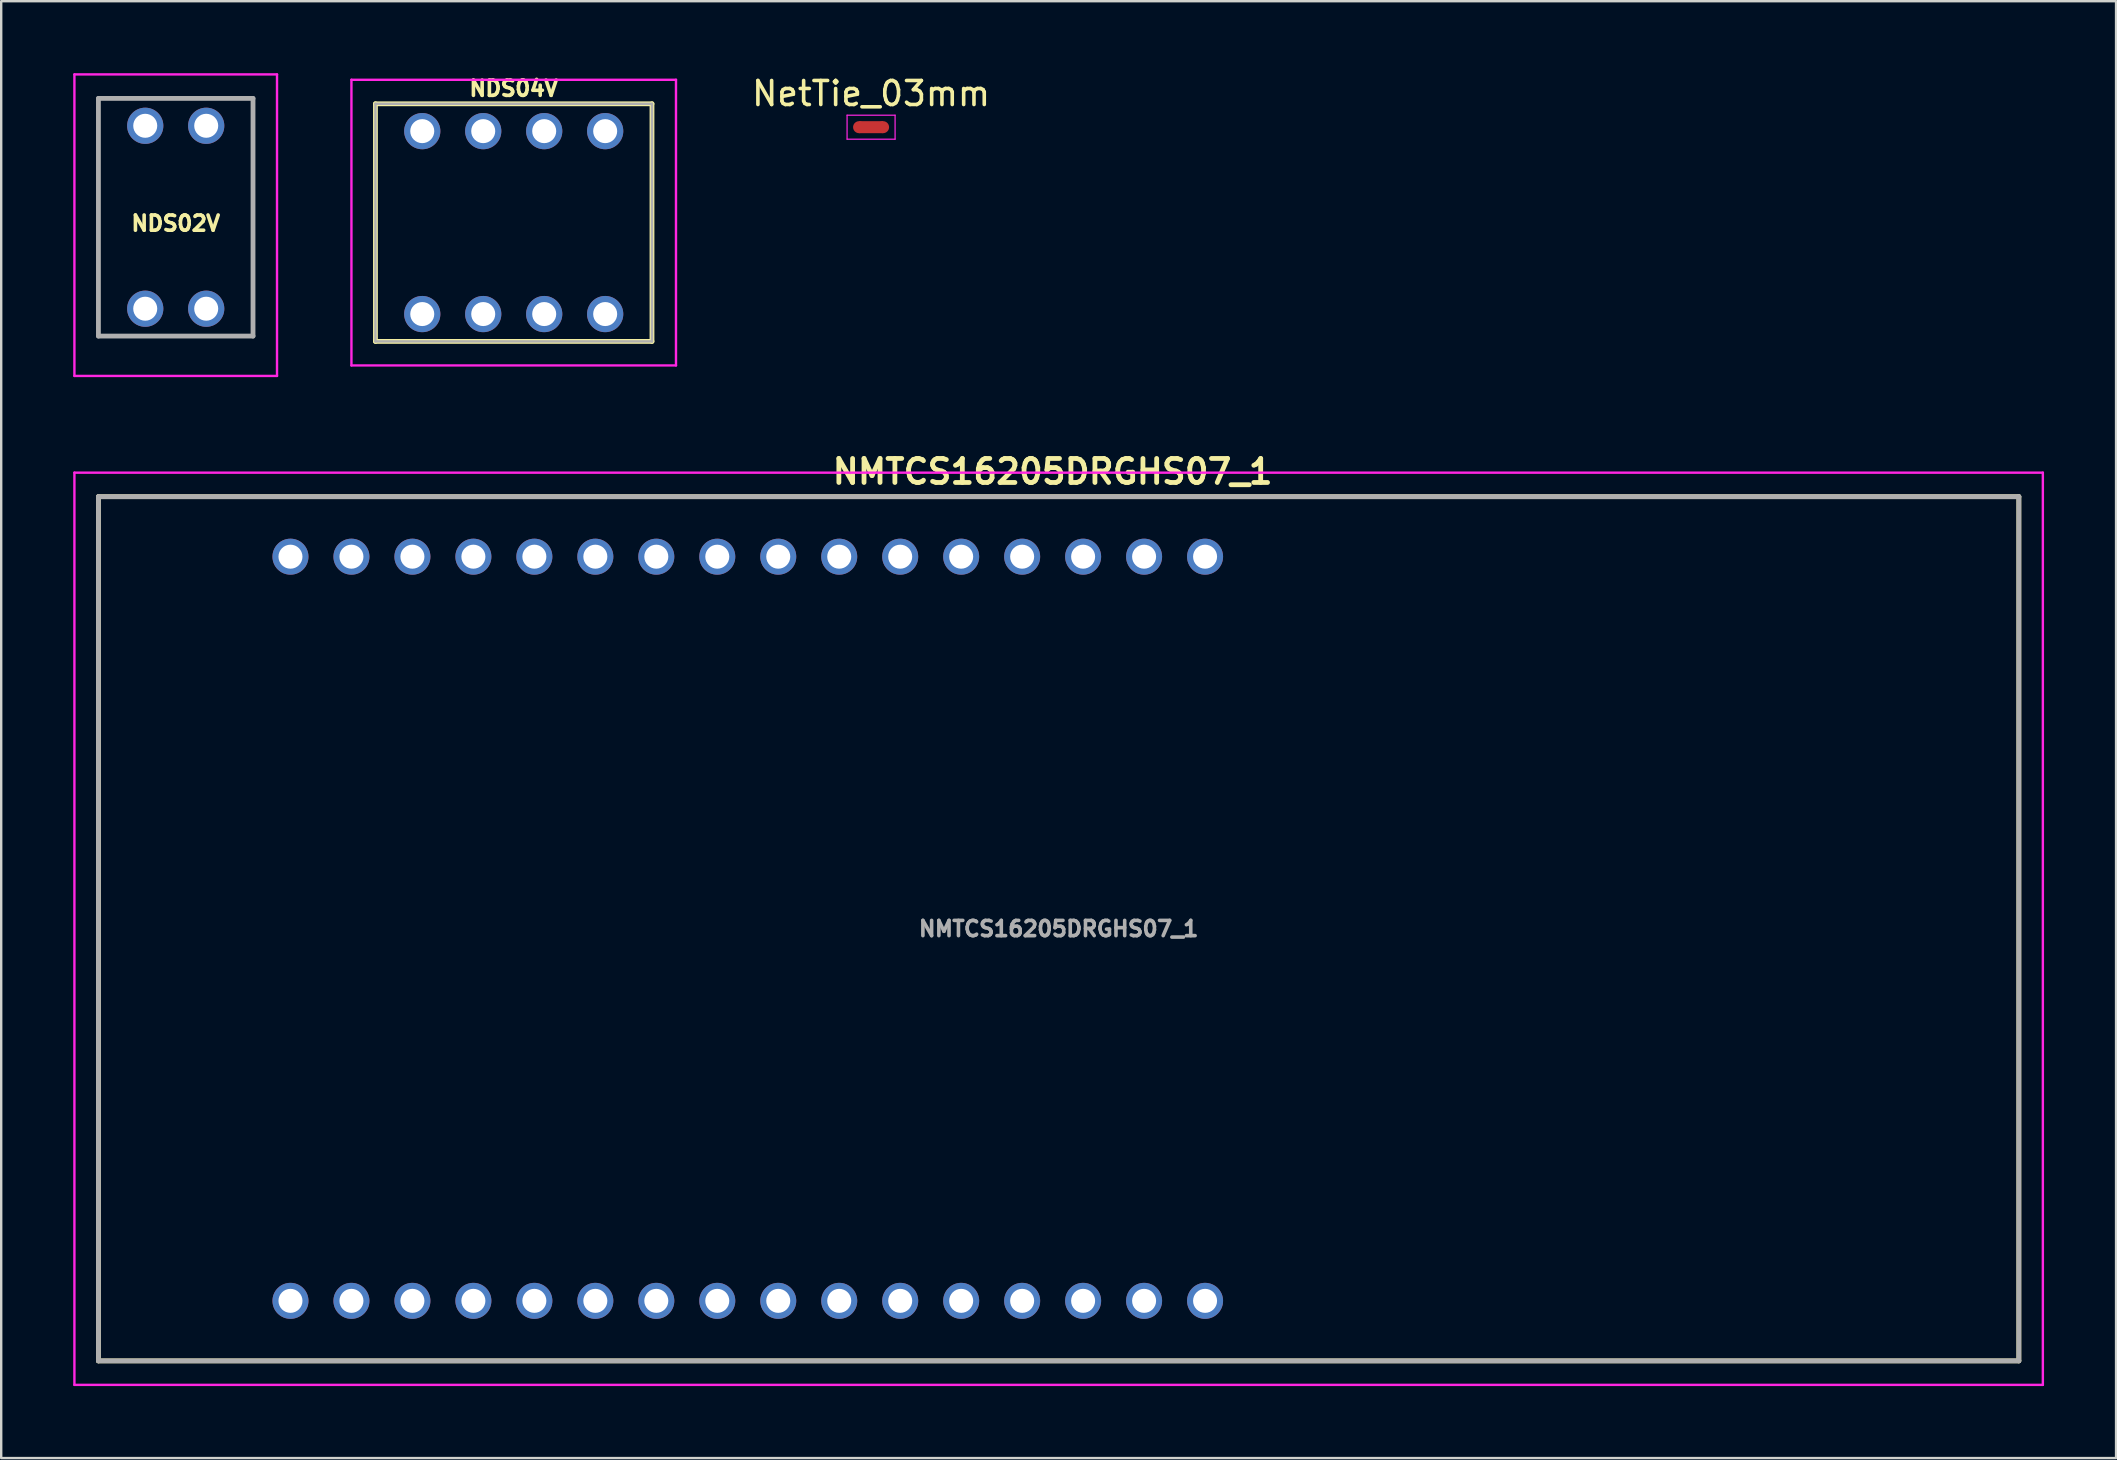
<source format=kicad_pcb>
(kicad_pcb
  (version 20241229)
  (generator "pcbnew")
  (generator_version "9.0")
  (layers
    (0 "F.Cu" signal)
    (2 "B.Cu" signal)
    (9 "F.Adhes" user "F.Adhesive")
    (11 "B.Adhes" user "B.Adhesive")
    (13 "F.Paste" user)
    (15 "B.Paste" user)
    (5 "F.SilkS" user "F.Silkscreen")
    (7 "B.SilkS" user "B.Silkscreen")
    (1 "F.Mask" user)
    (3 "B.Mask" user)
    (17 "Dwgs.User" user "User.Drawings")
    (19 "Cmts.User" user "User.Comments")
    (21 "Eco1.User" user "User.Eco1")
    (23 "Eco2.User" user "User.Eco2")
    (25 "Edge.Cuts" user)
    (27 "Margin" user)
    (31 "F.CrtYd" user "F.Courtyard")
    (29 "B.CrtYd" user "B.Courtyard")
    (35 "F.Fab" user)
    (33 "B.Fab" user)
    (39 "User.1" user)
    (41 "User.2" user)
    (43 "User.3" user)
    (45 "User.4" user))
  (footprint "NetTie_03mm"
    (layer "F.Cu")
    (at 33.237 2.248)
    (property "Reference" "NetTie_03mm" (at 0 -1.4 0) (unlocked yes) (layer "F.SilkS") (effects (font (size 1 1) (thickness 0.15))))
    (attr smd)
    (fp_poly (pts (xy -0.5 -0.25) (xy 0.5 -0.25) (xy 0.5 0.25) (xy -0.5 0.25)) (stroke (width 0) (type solid)) (fill yes) (layer "F.Cu"))
    (fp_line (start -1 -0.5) (end -1 0.5) (stroke (width 0.05) (type solid)) (layer "F.CrtYd"))
    (fp_line (start -1 0.5) (end 1 0.5) (stroke (width 0.05) (type solid)) (layer "F.CrtYd"))
    (fp_line (start 1 -0.5) (end -1 -0.5) (stroke (width 0.05) (type solid)) (layer "F.CrtYd"))
    (fp_line (start 1 0.5) (end 1 -0.5) (stroke (width 0.05) (type solid)) (layer "F.CrtYd"))
    (pad "1" smd circle (at -0.5 0) (size 0.5 0.5) (layers "F.Cu"))
    (pad "2" smd circle (at 0.5 0) (size 0.5 0.5) (layers "F.Cu")))
  (footprint "NDS02V"
    (layer "F.Cu")
    (at 3 9.81)
    (property "Reference" "NDS02V" (at 1.27 -3.556 0) (layer "F.SilkS") (effects (font (size 0.635 0.635) (thickness 0.15))))
    (attr through_hole)
    (fp_line (start -1.95 -8.76) (end -1.95 -8.76) (stroke (width 0.1) (type solid)) (layer "F.SilkS"))
    (fp_line (start -1.95 -8.76) (end -1.95 -8.76) (stroke (width 0.1) (type solid)) (layer "F.SilkS"))
    (fp_line (start -1.95 -8.76) (end -1.95 1.14) (stroke (width 0.1) (type solid)) (layer "F.SilkS"))
    (fp_line (start -1.95 -8.76) (end -1.48 -8.76) (stroke (width 0.1) (type solid)) (layer "F.SilkS"))
    (fp_line (start -1.95 1.14) (end -1.95 -8.76) (stroke (width 0.1) (type solid)) (layer "F.SilkS"))
    (fp_line (start -1.95 1.14) (end -1.95 1.14) (stroke (width 0.1) (type solid)) (layer "F.SilkS"))
    (fp_line (start -1.95 1.14) (end -1.95 1.14) (stroke (width 0.1) (type solid)) (layer "F.SilkS"))
    (fp_line (start -1.95 1.14) (end -1.48 1.14) (stroke (width 0.1) (type solid)) (layer "F.SilkS"))
    (fp_line (start -1.48 -8.76) (end -1.95 -8.76) (stroke (width 0.1) (type solid)) (layer "F.SilkS"))
    (fp_line (start -1.48 -8.76) (end -1.48 -8.76) (stroke (width 0.1) (type solid)) (layer "F.SilkS"))
    (fp_line (start -1.48 1.14) (end -1.95 1.14) (stroke (width 0.1) (type solid)) (layer "F.SilkS"))
    (fp_line (start -1.48 1.14) (end -1.48 1.14) (stroke (width 0.1) (type solid)) (layer "F.SilkS"))
    (fp_line (start 4.02 -8.76) (end 4.02 -8.76) (stroke (width 0.1) (type solid)) (layer "F.SilkS"))
    (fp_line (start 4.02 -8.76) (end 4.49 -8.76) (stroke (width 0.1) (type solid)) (layer "F.SilkS"))
    (fp_line (start 4.02 1.14) (end 4.02 1.14) (stroke (width 0.1) (type solid)) (layer "F.SilkS"))
    (fp_line (start 4.02 1.14) (end 4.49 1.14) (stroke (width 0.1) (type solid)) (layer "F.SilkS"))
    (fp_line (start 4.49 -8.76) (end 4.02 -8.76) (stroke (width 0.1) (type solid)) (layer "F.SilkS"))
    (fp_line (start 4.49 -8.76) (end 4.49 -8.76) (stroke (width 0.1) (type solid)) (layer "F.SilkS"))
    (fp_line (start 4.49 -8.76) (end 4.49 -8.76) (stroke (width 0.1) (type solid)) (layer "F.SilkS"))
    (fp_line (start 4.49 -8.76) (end 4.49 1.14) (stroke (width 0.1) (type solid)) (layer "F.SilkS"))
    (fp_line (start 4.49 1.14) (end 4.02 1.14) (stroke (width 0.1) (type solid)) (layer "F.SilkS"))
    (fp_line (start 4.49 1.14) (end 4.49 -8.76) (stroke (width 0.1) (type solid)) (layer "F.SilkS"))
    (fp_line (start 4.49 1.14) (end 4.49 1.14) (stroke (width 0.1) (type solid)) (layer "F.SilkS"))
    (fp_line (start 4.49 1.14) (end 4.49 1.14) (stroke (width 0.1) (type solid)) (layer "F.SilkS"))
    (fp_line (start -2.95 -9.76) (end 5.49 -9.76) (stroke (width 0.1) (type solid)) (layer "F.CrtYd"))
    (fp_line (start -2.95 2.8) (end -2.95 -9.76) (stroke (width 0.1) (type solid)) (layer "F.CrtYd"))
    (fp_line (start 5.49 -9.76) (end 5.49 2.8) (stroke (width 0.1) (type solid)) (layer "F.CrtYd"))
    (fp_line (start 5.49 2.8) (end -2.95 2.8) (stroke (width 0.1) (type solid)) (layer "F.CrtYd"))
    (fp_line (start -1.95 -8.76) (end -1.95 1.14) (stroke (width 0.2) (type solid)) (layer "F.Fab"))
    (fp_line (start -1.95 1.14) (end 4.49 1.14) (stroke (width 0.2) (type solid)) (layer "F.Fab"))
    (fp_line (start 4.49 -8.76) (end -1.95 -8.76) (stroke (width 0.2) (type solid)) (layer "F.Fab"))
    (fp_line (start 4.49 1.14) (end 4.49 -8.76) (stroke (width 0.2) (type solid)) (layer "F.Fab"))
    (pad "1" thru_hole circle (at 0 0) (size 1.509 1.509) (drill 1) (layers "*.Cu" "*.Mask"))
    (pad "2" thru_hole circle (at 2.54 0) (size 1.509 1.509) (drill 1) (layers "*.Cu" "*.Mask"))
    (pad "3" thru_hole circle (at 2.54 -7.62) (size 1.509 1.509) (drill 1) (layers "*.Cu" "*.Mask"))
    (pad "4" thru_hole circle (at 0 -7.62) (size 1.509 1.509) (drill 1) (layers "*.Cu" "*.Mask")))
  (footprint "NMTCS16205DRGHS07_1"
    (layer "F.Cu")
    (at 9.05 51.14)
    (property "Reference" "NMTCS16205DRGHS07_1" (at 31.75 -34.544 0) (layer "F.SilkS") (effects (font (size 1 1) (thickness 0.2))))
    (attr through_hole)
    (fp_line (start -8 -33.5) (end 72 -33.5) (stroke (width 0.2) (type solid)) (layer "F.SilkS"))
    (fp_line (start -8 2.5) (end -8 -33.5) (stroke (width 0.2) (type solid)) (layer "F.SilkS"))
    (fp_line (start 72 -33.5) (end 72 2.5) (stroke (width 0.2) (type solid)) (layer "F.SilkS"))
    (fp_line (start 72 2.5) (end -8 2.5) (stroke (width 0.2) (type solid)) (layer "F.SilkS"))
    (fp_line (start -9 -34.5) (end 73 -34.5) (stroke (width 0.1) (type solid)) (layer "F.CrtYd"))
    (fp_line (start -9 3.5) (end -9 -34.5) (stroke (width 0.1) (type solid)) (layer "F.CrtYd"))
    (fp_line (start 73 -34.5) (end 73 3.5) (stroke (width 0.1) (type solid)) (layer "F.CrtYd"))
    (fp_line (start 73 3.5) (end -9 3.5) (stroke (width 0.1) (type solid)) (layer "F.CrtYd"))
    (fp_line (start -8 -33.5) (end -8 2.5) (stroke (width 0.2) (type solid)) (layer "F.Fab"))
    (fp_line (start -8 2.5) (end 72 2.5) (stroke (width 0.2) (type solid)) (layer "F.Fab"))
    (fp_line (start 72 -33.5) (end -8 -33.5) (stroke (width 0.2) (type solid)) (layer "F.Fab"))
    (fp_line (start 72 2.5) (end 72 -33.5) (stroke (width 0.2) (type solid)) (layer "F.Fab"))
    (fp_text user "${REFERENCE}" (at 32 -15.5 0) (layer "F.Fab") (effects (font (size 0.635 0.635) (thickness 0.15))))
    (pad "1" thru_hole circle (at 0 0) (size 1.5 1.5) (drill 1) (layers "*.Cu" "*.Mask"))
    (pad "2" thru_hole circle (at 2.54 0) (size 1.5 1.5) (drill 1) (layers "*.Cu" "*.Mask"))
    (pad "3" thru_hole circle (at 5.08 0) (size 1.5 1.5) (drill 1) (layers "*.Cu" "*.Mask"))
    (pad "4" thru_hole circle (at 7.62 0) (size 1.5 1.5) (drill 1) (layers "*.Cu" "*.Mask"))
    (pad "5" thru_hole circle (at 10.16 0) (size 1.5 1.5) (drill 1) (layers "*.Cu" "*.Mask"))
    (pad "6" thru_hole circle (at 12.7 0) (size 1.5 1.5) (drill 1) (layers "*.Cu" "*.Mask"))
    (pad "7" thru_hole circle (at 15.24 0) (size 1.5 1.5) (drill 1) (layers "*.Cu" "*.Mask"))
    (pad "8" thru_hole circle (at 17.78 0) (size 1.5 1.5) (drill 1) (layers "*.Cu" "*.Mask"))
    (pad "9" thru_hole circle (at 20.32 0) (size 1.5 1.5) (drill 1) (layers "*.Cu" "*.Mask"))
    (pad "10" thru_hole circle (at 22.86 0) (size 1.5 1.5) (drill 1) (layers "*.Cu" "*.Mask"))
    (pad "11" thru_hole circle (at 25.4 0) (size 1.5 1.5) (drill 1) (layers "*.Cu" "*.Mask"))
    (pad "12" thru_hole circle (at 27.94 0) (size 1.5 1.5) (drill 1) (layers "*.Cu" "*.Mask"))
    (pad "13" thru_hole circle (at 30.48 0) (size 1.5 1.5) (drill 1) (layers "*.Cu" "*.Mask"))
    (pad "14" thru_hole circle (at 33.02 0) (size 1.5 1.5) (drill 1) (layers "*.Cu" "*.Mask"))
    (pad "15" thru_hole circle (at 35.56 0) (size 1.5 1.5) (drill 1) (layers "*.Cu" "*.Mask"))
    (pad "16" thru_hole circle (at 38.1 0) (size 1.5 1.5) (drill 1) (layers "*.Cu" "*.Mask"))
    (pad "17" thru_hole circle (at 0 -31) (size 1.5 1.5) (drill 1) (layers "*.Cu" "*.Mask"))
    (pad "18" thru_hole circle (at 2.54 -31) (size 1.5 1.5) (drill 1) (layers "*.Cu" "*.Mask"))
    (pad "19" thru_hole circle (at 5.08 -31) (size 1.5 1.5) (drill 1) (layers "*.Cu" "*.Mask"))
    (pad "20" thru_hole circle (at 7.62 -31) (size 1.5 1.5) (drill 1) (layers "*.Cu" "*.Mask"))
    (pad "21" thru_hole circle (at 10.16 -31) (size 1.5 1.5) (drill 1) (layers "*.Cu" "*.Mask"))
    (pad "22" thru_hole circle (at 12.7 -31) (size 1.5 1.5) (drill 1) (layers "*.Cu" "*.Mask"))
    (pad "23" thru_hole circle (at 15.24 -31) (size 1.5 1.5) (drill 1) (layers "*.Cu" "*.Mask"))
    (pad "24" thru_hole circle (at 17.78 -31) (size 1.5 1.5) (drill 1) (layers "*.Cu" "*.Mask"))
    (pad "25" thru_hole circle (at 20.32 -31) (size 1.5 1.5) (drill 1) (layers "*.Cu" "*.Mask"))
    (pad "26" thru_hole circle (at 22.86 -31) (size 1.5 1.5) (drill 1) (layers "*.Cu" "*.Mask"))
    (pad "27" thru_hole circle (at 25.4 -31) (size 1.5 1.5) (drill 1) (layers "*.Cu" "*.Mask"))
    (pad "28" thru_hole circle (at 27.94 -31) (size 1.5 1.5) (drill 1) (layers "*.Cu" "*.Mask"))
    (pad "29" thru_hole circle (at 30.48 -31) (size 1.5 1.5) (drill 1) (layers "*.Cu" "*.Mask"))
    (pad "30" thru_hole circle (at 33.02 -31) (size 1.5 1.5) (drill 1) (layers "*.Cu" "*.Mask"))
    (pad "31" thru_hole circle (at 35.56 -31) (size 1.5 1.5) (drill 1) (layers "*.Cu" "*.Mask"))
    (pad "32" thru_hole circle (at 38.1 -31) (size 1.5 1.5) (drill 1) (layers "*.Cu" "*.Mask")))
  (footprint "NDS04V"
    (layer "F.Cu")
    (at 14.54 10.033)
    (property "Reference" "NDS04V" (at 3.81 -9.398 0) (layer "F.SilkS") (effects (font (size 0.635 0.635) (thickness 0.15))))
    (attr through_hole)
    (fp_line (start -1.95 -8.76) (end 9.57 -8.76) (stroke (width 0.2) (type solid)) (layer "F.SilkS"))
    (fp_line (start -1.95 1.14) (end -1.95 -8.76) (stroke (width 0.2) (type solid)) (layer "F.SilkS"))
    (fp_line (start 9.57 -8.76) (end 9.57 1.14) (stroke (width 0.2) (type solid)) (layer "F.SilkS"))
    (fp_line (start 9.57 1.14) (end -1.95 1.14) (stroke (width 0.2) (type solid)) (layer "F.SilkS"))
    (fp_line (start -2.95 -9.76) (end 10.57 -9.76) (stroke (width 0.1) (type solid)) (layer "F.CrtYd"))
    (fp_line (start -2.95 2.14) (end -2.95 -9.76) (stroke (width 0.1) (type solid)) (layer "F.CrtYd"))
    (fp_line (start 10.57 -9.76) (end 10.57 2.14) (stroke (width 0.1) (type solid)) (layer "F.CrtYd"))
    (fp_line (start 10.57 2.14) (end -2.95 2.14) (stroke (width 0.1) (type solid)) (layer "F.CrtYd"))
    (fp_line (start -1.95 -8.76) (end -1.95 1.14) (stroke (width 0.1) (type solid)) (layer "F.Fab"))
    (fp_line (start -1.95 1.14) (end 9.57 1.14) (stroke (width 0.1) (type solid)) (layer "F.Fab"))
    (fp_line (start 9.57 -8.76) (end -1.95 -8.76) (stroke (width 0.1) (type solid)) (layer "F.Fab"))
    (fp_line (start 9.57 1.14) (end 9.57 -8.76) (stroke (width 0.1) (type solid)) (layer "F.Fab"))
    (pad "A1" thru_hole circle (at 0 0) (size 1.509 1.509) (drill 1) (layers "*.Cu" "*.Mask"))
    (pad "A2" thru_hole circle (at 2.54 0) (size 1.509 1.509) (drill 1) (layers "*.Cu" "*.Mask"))
    (pad "A3" thru_hole circle (at 5.08 0) (size 1.509 1.509) (drill 1) (layers "*.Cu" "*.Mask"))
    (pad "A4" thru_hole circle (at 7.62 0) (size 1.509 1.509) (drill 1) (layers "*.Cu" "*.Mask"))
    (pad "B1" thru_hole circle (at 0 -7.62) (size 1.509 1.509) (drill 1) (layers "*.Cu" "*.Mask"))
    (pad "B2" thru_hole circle (at 2.54 -7.62) (size 1.509 1.509) (drill 1) (layers "*.Cu" "*.Mask"))
    (pad "B3" thru_hole circle (at 5.08 -7.62) (size 1.509 1.509) (drill 1) (layers "*.Cu" "*.Mask"))
    (pad "B4" thru_hole circle (at 7.62 -7.62) (size 1.509 1.509) (drill 1) (layers "*.Cu" "*.Mask")))
  (gr_rect
    (start -3 -3)
    (end 85.1 57.69)
    (stroke (width 0.1) (type default))
    (fill no)
    (layer "Edge.Cuts")))
</source>
